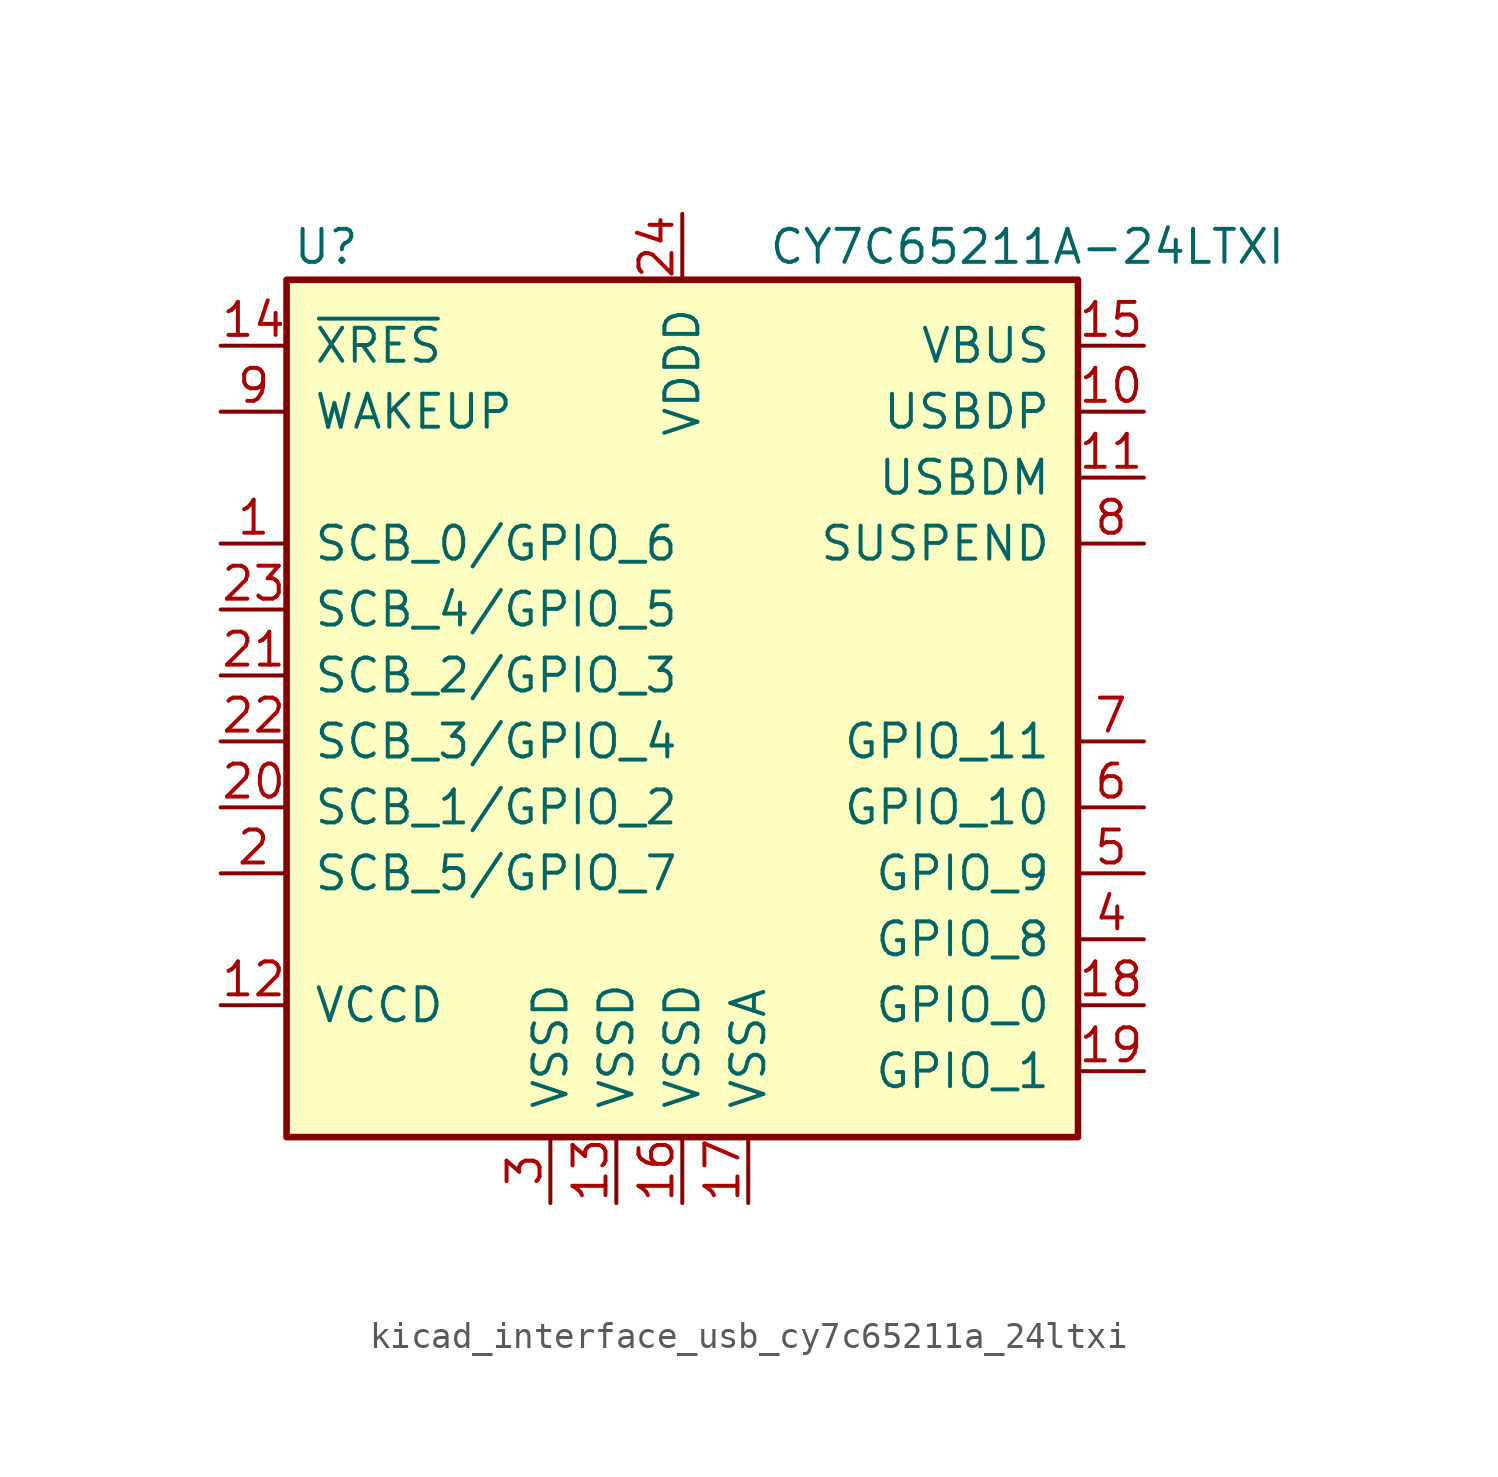
<source format=kicad_sym>
(kicad_symbol_lib
  (version 20220914)
  (generator kicad_symbol_editor)
  (symbol "kicad_interface_usb_cy7c65211a_24ltxi"
    (pin_names
      (offset 1.016))
    (property "Reference" "U"
      (at -13.716 16.51 0)
      (effects (font (size 1.27 1.27))))
    (property "Value" "CY7C65211A-24LTXI"
      (at 3.302 16.51 0)
      (effects (font (size 1.27 1.27)) (justify left)))
    (symbol "kicad_interface_usb_cy7c65211a_24ltxi_0_1"
      (rectangle (start -15.24 15.24) (end 15.24 -17.78) (stroke (width 0.254) (type default)) (fill (type background))))
    (symbol "kicad_interface_usb_cy7c65211a_24ltxi_1_1"
      (pin bidirectional line (at -17.78 5.08 0) (length 2.54) (name "SCB_0/GPIO_6" (effects (font (size 1.27 1.27)))) (number "1" (effects (font (size 1.27 1.27)))))
      (pin bidirectional line (at 17.78 10.16 180) (length 2.54) (name "USBDP" (effects (font (size 1.27 1.27)))) (number "10" (effects (font (size 1.27 1.27)))))
      (pin bidirectional line (at 17.78 7.62 180) (length 2.54) (name "USBDM" (effects (font (size 1.27 1.27)))) (number "11" (effects (font (size 1.27 1.27)))))
      (pin power_in line (at -17.78 -12.7 0) (length 2.54) (name "VCCD" (effects (font (size 1.27 1.27)))) (number "12" (effects (font (size 1.27 1.27)))))
      (pin power_in line (at -2.54 -20.32 90) (length 2.54) (name "VSSD" (effects (font (size 1.27 1.27)))) (number "13" (effects (font (size 1.27 1.27)))))
      (pin input line (at -17.78 12.7 0) (length 2.54) (name "~{XRES}" (effects (font (size 1.27 1.27)))) (number "14" (effects (font (size 1.27 1.27)))))
      (pin power_out line (at 17.78 12.7 180) (length 2.54) (name "VBUS" (effects (font (size 1.27 1.27)))) (number "15" (effects (font (size 1.27 1.27)))))
      (pin power_in line (at 0 -20.32 90) (length 2.54) (name "VSSD" (effects (font (size 1.27 1.27)))) (number "16" (effects (font (size 1.27 1.27)))))
      (pin power_in line (at 2.54 -20.32 90) (length 2.54) (name "VSSA" (effects (font (size 1.27 1.27)))) (number "17" (effects (font (size 1.27 1.27)))))
      (pin tri_state line (at 17.78 -12.7 180) (length 2.54) (name "GPIO_0" (effects (font (size 1.27 1.27)))) (number "18" (effects (font (size 1.27 1.27)))))
      (pin tri_state line (at 17.78 -15.24 180) (length 2.54) (name "GPIO_1" (effects (font (size 1.27 1.27)))) (number "19" (effects (font (size 1.27 1.27)))))
      (pin bidirectional line (at -17.78 -7.62 0) (length 2.54) (name "SCB_5/GPIO_7" (effects (font (size 1.27 1.27)))) (number "2" (effects (font (size 1.27 1.27)))))
      (pin bidirectional line (at -17.78 -5.08 0) (length 2.54) (name "SCB_1/GPIO_2" (effects (font (size 1.27 1.27)))) (number "20" (effects (font (size 1.27 1.27)))))
      (pin bidirectional line (at -17.78 0 0) (length 2.54) (name "SCB_2/GPIO_3" (effects (font (size 1.27 1.27)))) (number "21" (effects (font (size 1.27 1.27)))))
      (pin bidirectional line (at -17.78 -2.54 0) (length 2.54) (name "SCB_3/GPIO_4" (effects (font (size 1.27 1.27)))) (number "22" (effects (font (size 1.27 1.27)))))
      (pin bidirectional line (at -17.78 2.54 0) (length 2.54) (name "SCB_4/GPIO_5" (effects (font (size 1.27 1.27)))) (number "23" (effects (font (size 1.27 1.27)))))
      (pin power_in line (at 0 17.78 270) (length 2.54) (name "VDDD" (effects (font (size 1.27 1.27)))) (number "24" (effects (font (size 1.27 1.27)))))
      (pin no_connect line (at -15.24 -15.24 0) (length 2.54) hide (name "1EP" (effects (font (size 1.27 1.27)))) (number "25" (effects (font (size 1.27 1.27)))))
      (pin power_in line (at -5.08 -20.32 90) (length 2.54) (name "VSSD" (effects (font (size 1.27 1.27)))) (number "3" (effects (font (size 1.27 1.27)))))
      (pin tri_state line (at 17.78 -10.16 180) (length 2.54) (name "GPIO_8" (effects (font (size 1.27 1.27)))) (number "4" (effects (font (size 1.27 1.27)))))
      (pin tri_state line (at 17.78 -7.62 180) (length 2.54) (name "GPIO_9" (effects (font (size 1.27 1.27)))) (number "5" (effects (font (size 1.27 1.27)))))
      (pin tri_state line (at 17.78 -5.08 180) (length 2.54) (name "GPIO_10" (effects (font (size 1.27 1.27)))) (number "6" (effects (font (size 1.27 1.27)))))
      (pin tri_state line (at 17.78 -2.54 180) (length 2.54) (name "GPIO_11" (effects (font (size 1.27 1.27)))) (number "7" (effects (font (size 1.27 1.27)))))
      (pin output line (at 17.78 5.08 180) (length 2.54) (name "SUSPEND" (effects (font (size 1.27 1.27)))) (number "8" (effects (font (size 1.27 1.27)))))
      (pin input line (at -17.78 10.16 0) (length 2.54) (name "WAKEUP" (effects (font (size 1.27 1.27)))) (number "9" (effects (font (size 1.27 1.27))))))))
</source>
